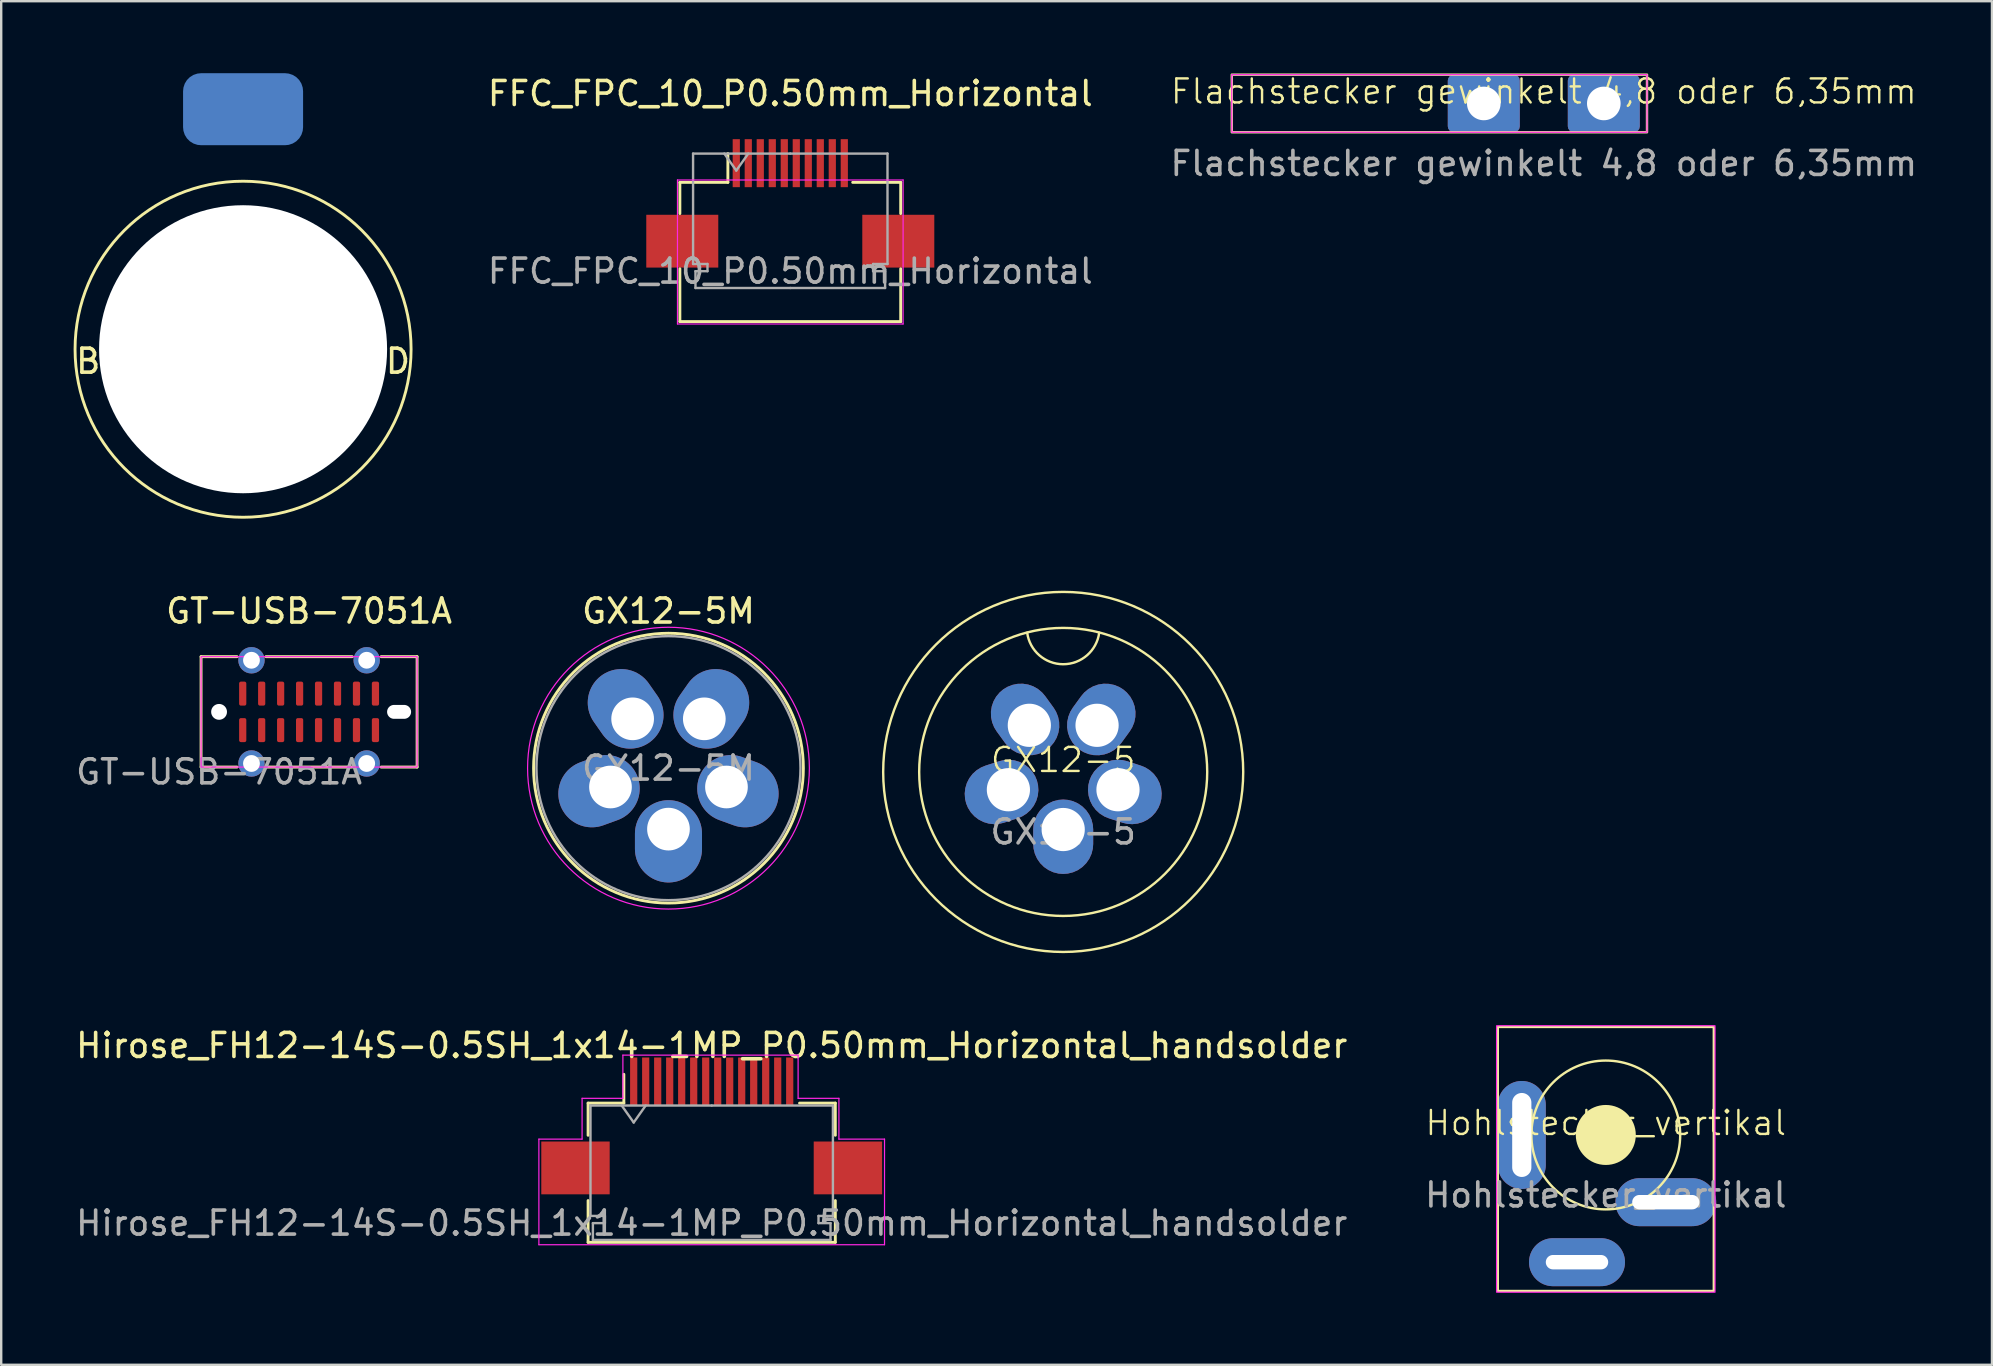
<source format=kicad_pcb>
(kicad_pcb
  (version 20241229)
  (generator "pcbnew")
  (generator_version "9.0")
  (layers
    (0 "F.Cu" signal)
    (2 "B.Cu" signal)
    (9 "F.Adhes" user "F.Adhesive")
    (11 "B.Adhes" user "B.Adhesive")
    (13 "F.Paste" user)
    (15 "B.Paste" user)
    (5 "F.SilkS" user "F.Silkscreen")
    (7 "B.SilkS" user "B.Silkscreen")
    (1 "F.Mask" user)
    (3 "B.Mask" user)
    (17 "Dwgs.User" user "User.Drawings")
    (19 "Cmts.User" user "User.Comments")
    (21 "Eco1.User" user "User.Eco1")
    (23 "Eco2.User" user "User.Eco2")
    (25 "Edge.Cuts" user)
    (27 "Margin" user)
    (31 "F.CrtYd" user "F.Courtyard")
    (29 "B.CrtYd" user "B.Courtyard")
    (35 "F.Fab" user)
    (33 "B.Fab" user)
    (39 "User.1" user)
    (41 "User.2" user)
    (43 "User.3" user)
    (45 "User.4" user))
  (footprint "FFC_FPC_10_P0.50mm_Horizontal"
    (layer "F.Cu")
    (at 29.875 4.548)
    (property "Reference" "FFC_FPC_10_P0.50mm_Horizontal" (at 0 -3.7 180) (layer "F.SilkS") (effects (font (size 1 1) (thickness 0.15))))
    (attr smd)
    (fp_line (start -4.6 0) (end -4.6 1.3) (stroke (width 0.12) (type solid)) (layer "F.SilkS"))
    (fp_line (start -4.6 3.6) (end -4.6 5.8) (stroke (width 0.12) (type solid)) (layer "F.SilkS"))
    (fp_line (start -4.6 5.8) (end 4.6 5.8) (stroke (width 0.12) (type solid)) (layer "F.SilkS"))
    (fp_line (start -2.6 0) (end -4.6 0) (stroke (width 0.12) (type solid)) (layer "F.SilkS"))
    (fp_line (start -2.6 0) (end -2.6 -1.2) (stroke (width 0.12) (type solid)) (layer "F.SilkS"))
    (fp_line (start 2.6 0) (end 4.6 0) (stroke (width 0.12) (type solid)) (layer "F.SilkS"))
    (fp_line (start 4.6 0) (end 4.6 1.3) (stroke (width 0.12) (type solid)) (layer "F.SilkS"))
    (fp_line (start 4.6 5.8) (end 4.6 3.6) (stroke (width 0.12) (type solid)) (layer "F.SilkS"))
    (fp_line (start -4.7 -0.1) (end -4.7 5.9) (stroke (width 0.05) (type solid)) (layer "F.CrtYd"))
    (fp_line (start -4.7 5.9) (end 4.7 5.9) (stroke (width 0.05) (type solid)) (layer "F.CrtYd"))
    (fp_line (start 4.7 -0.1) (end -4.7 -0.1) (stroke (width 0.05) (type solid)) (layer "F.CrtYd"))
    (fp_line (start 4.7 5.9) (end 4.7 -0.1) (stroke (width 0.05) (type solid)) (layer "F.CrtYd"))
    (fp_line (start -4.05 -1.2) (end -4.05 3.4) (stroke (width 0.1) (type solid)) (layer "F.Fab"))
    (fp_line (start -4.05 3.4) (end -3.45 3.4) (stroke (width 0.1) (type solid)) (layer "F.Fab"))
    (fp_line (start -3.95 3.7) (end -3.95 4.4) (stroke (width 0.1) (type solid)) (layer "F.Fab"))
    (fp_line (start -3.95 4.4) (end 0 4.4) (stroke (width 0.1) (type solid)) (layer "F.Fab"))
    (fp_line (start -3.45 3.4) (end -3.45 3.7) (stroke (width 0.1) (type solid)) (layer "F.Fab"))
    (fp_line (start -3.45 3.7) (end -3.95 3.7) (stroke (width 0.1) (type solid)) (layer "F.Fab"))
    (fp_line (start -2.75 -1.2) (end -2.25 -0.493) (stroke (width 0.1) (type solid)) (layer "F.Fab"))
    (fp_line (start -2.25 -0.493) (end -1.75 -1.2) (stroke (width 0.1) (type solid)) (layer "F.Fab"))
    (fp_line (start 0 -1.2) (end -4.05 -1.2) (stroke (width 0.1) (type solid)) (layer "F.Fab"))
    (fp_line (start 0 -1.2) (end 4.05 -1.2) (stroke (width 0.1) (type solid)) (layer "F.Fab"))
    (fp_line (start 3.45 3.4) (end 3.45 3.7) (stroke (width 0.1) (type solid)) (layer "F.Fab"))
    (fp_line (start 3.45 3.7) (end 3.95 3.7) (stroke (width 0.1) (type solid)) (layer "F.Fab"))
    (fp_line (start 3.95 3.7) (end 3.95 4.4) (stroke (width 0.1) (type solid)) (layer "F.Fab"))
    (fp_line (start 3.95 4.4) (end 0 4.4) (stroke (width 0.1) (type solid)) (layer "F.Fab"))
    (fp_line (start 4.05 -1.2) (end 4.05 3.4) (stroke (width 0.1) (type solid)) (layer "F.Fab"))
    (fp_line (start 4.05 3.4) (end 3.45 3.4) (stroke (width 0.1) (type solid)) (layer "F.Fab"))
    (fp_text user "${REFERENCE}" (at 0 3.7 180) (layer "F.Fab") (effects (font (size 1 1) (thickness 0.15))))
    (pad "1" smd rect (at -2.25 -0.8) (size 0.3 2) (layers "F.Cu" "F.Mask" "F.Paste"))
    (pad "2" smd rect (at -1.75 -0.8) (size 0.3 2) (layers "F.Cu" "F.Mask" "F.Paste"))
    (pad "3" smd rect (at -1.25 -0.8) (size 0.3 2) (layers "F.Cu" "F.Mask" "F.Paste"))
    (pad "4" smd rect (at -0.75 -0.8) (size 0.3 2) (layers "F.Cu" "F.Mask" "F.Paste"))
    (pad "5" smd rect (at -0.25 -0.8) (size 0.3 2) (layers "F.Cu" "F.Mask" "F.Paste"))
    (pad "6" smd rect (at 0.25 -0.8) (size 0.3 2) (layers "F.Cu" "F.Mask" "F.Paste"))
    (pad "7" smd rect (at 0.75 -0.8) (size 0.3 2) (layers "F.Cu" "F.Mask" "F.Paste"))
    (pad "8" smd rect (at 1.25 -0.8) (size 0.3 2) (layers "F.Cu" "F.Mask" "F.Paste"))
    (pad "9" smd rect (at 1.75 -0.8) (size 0.3 2) (layers "F.Cu" "F.Mask" "F.Paste"))
    (pad "10" smd rect (at 2.25 -0.8) (size 0.3 2) (layers "F.Cu" "F.Mask" "F.Paste"))
    (pad "MP" smd rect (at -4.5 2.45) (size 3 2.2) (layers "F.Cu" "F.Mask" "F.Paste"))
    (pad "MP" smd rect (at 4.5 2.45) (size 3 2.2) (layers "F.Cu" "F.Mask" "F.Paste")))
  (footprint "GX12-5"
    (layer "F.Cu")
    (at 41.245 29.11)
    (property "Reference" "GX12-5" (at 0 -0.5 0) (unlocked yes) (layer "F.SilkS") (effects (font (size 1 1) (thickness 0.1))))
    (attr through_hole)
    (fp_arc (start 1.5 -5.8) (mid 0 -4.486725) (end -1.5 -5.8) (stroke (width 0.1) (type default)) (layer "F.SilkS"))
    (fp_circle (center 0 0) (end 0 -7.5) (stroke (width 0.1) (type default)) (fill no) (layer "F.SilkS"))
    (fp_circle (center 0 0) (end 0 -6) (stroke (width 0.1) (type default)) (fill no) (layer "F.SilkS"))
    (fp_text user "${REFERENCE}" (at 0 2.5 0) (unlocked yes) (layer "F.Fab") (effects (font (size 1 1) (thickness 0.15))))
    (pad "1" thru_hole roundrect (at 1.411 -1.942 54) (size 3.1 2.5) (drill 1.8 (offset 0.3 0)) (layers "*.Cu" "*.Mask") (roundrect_rratio 0.5))
    (pad "2" thru_hole roundrect (at 2.283 0.742 342) (size 3.1 2.5) (drill 1.8 (offset 0.3 0)) (layers "*.Cu" "*.Mask") (roundrect_rratio 0.5))
    (pad "3" thru_hole roundrect (at 0 2.4 270) (size 3.1 2.5) (drill 1.8 (offset 0.3 0)) (layers "*.Cu" "*.Mask") (roundrect_rratio 0.5))
    (pad "4" thru_hole roundrect (at -2.283 0.742 198) (size 3.1 2.5) (drill 1.8 (offset 0.3 0)) (layers "*.Cu" "*.Mask") (roundrect_rratio 0.5))
    (pad "5" thru_hole roundrect (at -1.411 -1.942 126) (size 3.1 2.5) (drill 1.8 (offset 0.3 0)) (layers "*.Cu" "*.Mask") (roundrect_rratio 0.5)))
  (footprint "Banana_RECESSED"
    (layer "F.Cu")
    (at 7.077 11.5)
    (property "Reference" "Banana_RECESSED" (at 0 0.5 0) (layer "F.SilkS") (effects (font (size 1 1) (thickness 0.15))))
    (attr through_hole)
    (fp_circle (center 0 0) (end 0 -7) (stroke (width 0.12) (type solid)) (fill no) (layer "F.SilkS"))
    (pad "" np_thru_hole circle (at 0 0) (size 12 12) (drill 12) (layers "*.Cu" "*.Mask"))
    (pad "1" smd roundrect (at 0 -10) (size 5 3) (layers "B.Cu" "B.Mask" "B.Paste") (roundrect_rratio 0.25)))
  (footprint "Hirose_FH12-14S-0.5SH_1x14-1MP_P0.50mm_Horizontal_handsolder"
    (layer "F.Cu")
    (at 26.601 44.208)
    (property "Reference" "Hirose_FH12-14S-0.5SH_1x14-1MP_P0.50mm_Horizontal_handsolder" (at 0 -3.7 0) (layer "F.SilkS") (effects (font (size 1 1) (thickness 0.15))))
    (attr smd)
    (fp_line (start -5.15 -1.3) (end -5.15 0.04) (stroke (width 0.12) (type solid)) (layer "F.SilkS"))
    (fp_line (start -5.15 2.76) (end -5.15 4.5) (stroke (width 0.12) (type solid)) (layer "F.SilkS"))
    (fp_line (start -5.15 4.5) (end 5.15 4.5) (stroke (width 0.12) (type solid)) (layer "F.SilkS"))
    (fp_line (start -3.66 -1.3) (end -5.15 -1.3) (stroke (width 0.12) (type solid)) (layer "F.SilkS"))
    (fp_line (start -3.66 -1.3) (end -3.66 -2.5) (stroke (width 0.12) (type solid)) (layer "F.SilkS"))
    (fp_line (start 3.66 -1.3) (end 5.15 -1.3) (stroke (width 0.12) (type solid)) (layer "F.SilkS"))
    (fp_line (start 5.15 -1.3) (end 5.15 0.04) (stroke (width 0.12) (type solid)) (layer "F.SilkS"))
    (fp_line (start 5.15 4.5) (end 5.15 2.76) (stroke (width 0.12) (type solid)) (layer "F.SilkS"))
    (fp_line (start -7.2 0.2) (end -7.2 4.6) (stroke (width 0.05) (type default)) (layer "F.CrtYd"))
    (fp_line (start -5.4 -1.5) (end -5.4 0.2) (stroke (width 0.05) (type default)) (layer "F.CrtYd"))
    (fp_line (start -5.4 0.2) (end -7.2 0.2) (stroke (width 0.05) (type default)) (layer "F.CrtYd"))
    (fp_line (start -3.7 -3.3) (end -3.7 -1.5) (stroke (width 0.05) (type default)) (layer "F.CrtYd"))
    (fp_line (start -3.7 -3.3) (end 3.6 -3.3) (stroke (width 0.05) (type default)) (layer "F.CrtYd"))
    (fp_line (start -3.7 -1.5) (end -5.4 -1.5) (stroke (width 0.05) (type default)) (layer "F.CrtYd"))
    (fp_line (start 3.6 -3.3) (end 3.6 -1.5) (stroke (width 0.05) (type default)) (layer "F.CrtYd"))
    (fp_line (start 5.3 -1.5) (end 3.6 -1.5) (stroke (width 0.05) (type default)) (layer "F.CrtYd"))
    (fp_line (start 5.3 -1.5) (end 5.3 0.2) (stroke (width 0.05) (type default)) (layer "F.CrtYd"))
    (fp_line (start 5.3 0.2) (end 7.2 0.2) (stroke (width 0.05) (type default)) (layer "F.CrtYd"))
    (fp_line (start 7.2 0.2) (end 7.2 4.6) (stroke (width 0.05) (type default)) (layer "F.CrtYd"))
    (fp_line (start 7.2 4.6) (end -7.2 4.6) (stroke (width 0.05) (type default)) (layer "F.CrtYd"))
    (fp_line (start -5.05 -1.2) (end -5.05 3.4) (stroke (width 0.1) (type solid)) (layer "F.Fab"))
    (fp_line (start -5.05 3.4) (end -4.45 3.4) (stroke (width 0.1) (type solid)) (layer "F.Fab"))
    (fp_line (start -4.95 3.7) (end -4.95 4.4) (stroke (width 0.1) (type solid)) (layer "F.Fab"))
    (fp_line (start -4.95 4.4) (end 0 4.4) (stroke (width 0.1) (type solid)) (layer "F.Fab"))
    (fp_line (start -4.45 3.4) (end -4.45 3.7) (stroke (width 0.1) (type solid)) (layer "F.Fab"))
    (fp_line (start -4.45 3.7) (end -4.95 3.7) (stroke (width 0.1) (type solid)) (layer "F.Fab"))
    (fp_line (start -3.75 -1.2) (end -3.25 -0.493) (stroke (width 0.1) (type solid)) (layer "F.Fab"))
    (fp_line (start -3.25 -0.493) (end -2.75 -1.2) (stroke (width 0.1) (type solid)) (layer "F.Fab"))
    (fp_line (start 0 -1.2) (end -5.05 -1.2) (stroke (width 0.1) (type solid)) (layer "F.Fab"))
    (fp_line (start 0 -1.2) (end 5.05 -1.2) (stroke (width 0.1) (type solid)) (layer "F.Fab"))
    (fp_line (start 4.45 3.4) (end 4.45 3.7) (stroke (width 0.1) (type solid)) (layer "F.Fab"))
    (fp_line (start 4.45 3.7) (end 4.95 3.7) (stroke (width 0.1) (type solid)) (layer "F.Fab"))
    (fp_line (start 4.95 3.7) (end 4.95 4.4) (stroke (width 0.1) (type solid)) (layer "F.Fab"))
    (fp_line (start 4.95 4.4) (end 0 4.4) (stroke (width 0.1) (type solid)) (layer "F.Fab"))
    (fp_line (start 5.05 -1.2) (end 5.05 3.4) (stroke (width 0.1) (type solid)) (layer "F.Fab"))
    (fp_line (start 5.05 3.4) (end 4.45 3.4) (stroke (width 0.1) (type solid)) (layer "F.Fab"))
    (fp_text user "${REFERENCE}" (at 0 3.7 0) (layer "F.Fab") (effects (font (size 1 1) (thickness 0.15))))
    (pad "1" smd rect (at -3.25 -2.2) (size 0.3 2) (layers "F.Cu" "F.Mask" "F.Paste"))
    (pad "2" smd rect (at -2.75 -2.2) (size 0.3 2) (layers "F.Cu" "F.Mask" "F.Paste"))
    (pad "3" smd rect (at -2.25 -2.2) (size 0.3 2) (layers "F.Cu" "F.Mask" "F.Paste"))
    (pad "4" smd rect (at -1.75 -2.2) (size 0.3 2) (layers "F.Cu" "F.Mask" "F.Paste"))
    (pad "5" smd rect (at -1.25 -2.2) (size 0.3 2) (layers "F.Cu" "F.Mask" "F.Paste"))
    (pad "6" smd rect (at -0.75 -2.2) (size 0.3 2) (layers "F.Cu" "F.Mask" "F.Paste"))
    (pad "7" smd rect (at -0.25 -2.2) (size 0.3 2) (layers "F.Cu" "F.Mask" "F.Paste"))
    (pad "8" smd rect (at 0.25 -2.2) (size 0.3 2) (layers "F.Cu" "F.Mask" "F.Paste"))
    (pad "9" smd rect (at 0.75 -2.2) (size 0.3 2) (layers "F.Cu" "F.Mask" "F.Paste"))
    (pad "10" smd rect (at 1.25 -2.2) (size 0.3 2) (layers "F.Cu" "F.Mask" "F.Paste"))
    (pad "11" smd rect (at 1.75 -2.2) (size 0.3 2) (layers "F.Cu" "F.Mask" "F.Paste"))
    (pad "12" smd rect (at 2.25 -2.2) (size 0.3 2) (layers "F.Cu" "F.Mask" "F.Paste"))
    (pad "13" smd rect (at 2.75 -2.2) (size 0.3 2) (layers "F.Cu" "F.Mask" "F.Paste"))
    (pad "14" smd rect (at 3.25 -2.2) (size 0.3 2) (layers "F.Cu" "F.Mask" "F.Paste"))
    (pad "MP" smd rect (at -5.675 1.4) (size 2.85 2.2) (layers "F.Cu" "F.Mask" "F.Paste"))
    (pad "MP" smd rect (at 5.675 1.4) (size 2.85 2.2) (layers "F.Cu" "F.Mask" "F.Paste")))
  (footprint "Hohlstecker_vertikal"
    (layer "F.Cu")
    (at 63.851 44.235)
    (property "Reference" "Hohlstecker_vertikal" (at 0 -0.5 0) (unlocked yes) (layer "F.SilkS") (effects (font (size 1 1) (thickness 0.1))))
    (attr through_hole)
    (fp_rect (start -4.5 -4.5) (end 4.5 6.5) (stroke (width 0.1) (type default)) (fill no) (layer "F.SilkS"))
    (fp_circle (center 0 0) (end 0 -3.1) (stroke (width 0.1) (type default)) (fill no) (layer "F.SilkS"))
    (fp_circle (center 0 0) (end 0 -1.2) (stroke (width 0.1) (type solid)) (fill yes) (layer "F.SilkS"))
    (fp_rect (start -4.55 -4.55) (end 4.55 6.55) (stroke (width 0.05) (type default)) (fill no) (layer "F.CrtYd"))
    (fp_text user "${REFERENCE}" (at 0 2.5 0) (unlocked yes) (layer "F.Fab") (effects (font (size 1 1) (thickness 0.15))))
    (pad "1" thru_hole oval (at -3.5 0) (size 2 4.5) (drill oval 0.8 3.5) (layers "*.Cu" "*.Mask"))
    (pad "2" thru_hole oval (at -1.2 5.3 90) (size 2 4) (drill oval 0.6 2.6) (layers "*.Cu" "*.Mask"))
    (pad "3" thru_hole oval (at 2.5 2.8 90) (size 2 4.2) (drill oval 0.6 2.8) (layers "*.Cu" "*.Mask")))
  (footprint "GT-USB-7051A"
    (layer "F.Cu")
    (at 9.827 26.608)
    (property "Reference" "GT-USB-7051A" (at 0 -4.2 0) (unlocked yes) (layer "F.SilkS") (effects (font (size 1 1) (thickness 0.15))))
    (attr smd)
    (fp_line (start -4.5 -2.3) (end -4.5 2.3) (stroke (width 0.12) (type solid)) (layer "F.SilkS"))
    (fp_line (start -4.5 2.3) (end -3 2.3) (stroke (width 0.12) (type solid)) (layer "F.SilkS"))
    (fp_line (start -3 -2.3) (end -4.5 -2.3) (stroke (width 0.12) (type solid)) (layer "F.SilkS"))
    (fp_line (start -1.8 -2.3) (end 1.8 -2.3) (stroke (width 0.12) (type solid)) (layer "F.SilkS"))
    (fp_line (start -1.8 2.3) (end 1.8 2.3) (stroke (width 0.12) (type solid)) (layer "F.SilkS"))
    (fp_line (start 3 2.3) (end 4.5 2.3) (stroke (width 0.12) (type solid)) (layer "F.SilkS"))
    (fp_line (start 4.5 -2.3) (end 3 -2.3) (stroke (width 0.12) (type solid)) (layer "F.SilkS"))
    (fp_line (start 4.5 2.3) (end 4.5 -2.3) (stroke (width 0.12) (type solid)) (layer "F.SilkS"))
    (fp_rect (start -4.5 -2.3) (end 4.5 2.3) (stroke (width 0.05) (type solid)) (fill no) (layer "F.CrtYd"))
    (fp_text user "${REFERENCE}" (at -3.75 2.5 0) (unlocked yes) (layer "F.Fab") (effects (font (size 1 1) (thickness 0.15))))
    (pad "" np_thru_hole circle (at -3.75 0) (size 0.66 0.66) (drill 0.66) (layers "*.Cu" "*.Mask"))
    (pad "" np_thru_hole oval (at 3.75 0) (size 1 0.58) (drill oval 1 0.58) (layers "*.Cu" "*.Mask"))
    (pad "A1" smd roundrect (at -2.765 -0.76) (size 0.3 1) (layers "F.Cu" "F.Mask" "F.Paste") (roundrect_rratio 0.25))
    (pad "A4" smd roundrect (at -1.975 -0.76) (size 0.3 1) (layers "F.Cu" "F.Mask" "F.Paste") (roundrect_rratio 0.25))
    (pad "A5" smd roundrect (at -1.185 -0.76) (size 0.3 1) (layers "F.Cu" "F.Mask" "F.Paste") (roundrect_rratio 0.25))
    (pad "A6" smd roundrect (at -0.395 -0.76) (size 0.3 1) (layers "F.Cu" "F.Mask" "F.Paste") (roundrect_rratio 0.25))
    (pad "A7" smd roundrect (at 0.395 -0.76) (size 0.3 1) (layers "F.Cu" "F.Mask" "F.Paste") (roundrect_rratio 0.25))
    (pad "A8" smd roundrect (at 1.185 -0.76) (size 0.3 1) (layers "F.Cu" "F.Mask" "F.Paste") (roundrect_rratio 0.25))
    (pad "A9" smd roundrect (at 1.975 -0.76) (size 0.3 1) (layers "F.Cu" "F.Mask" "F.Paste") (roundrect_rratio 0.25))
    (pad "A12" smd roundrect (at 2.765 -0.76) (size 0.3 1) (layers "F.Cu" "F.Mask" "F.Paste") (roundrect_rratio 0.25))
    (pad "B1" smd roundrect (at 2.765 0.76) (size 0.3 1) (layers "F.Cu" "F.Mask" "F.Paste") (roundrect_rratio 0.25))
    (pad "B4" smd roundrect (at 1.975 0.76) (size 0.3 1) (layers "F.Cu" "F.Mask" "F.Paste") (roundrect_rratio 0.25))
    (pad "B5" smd roundrect (at 1.185 0.76) (size 0.3 1) (layers "F.Cu" "F.Mask" "F.Paste") (roundrect_rratio 0.25))
    (pad "B6" smd roundrect (at 0.395 0.76) (size 0.3 1) (layers "F.Cu" "F.Mask" "F.Paste") (roundrect_rratio 0.25))
    (pad "B7" smd roundrect (at -0.395 0.76) (size 0.3 1) (layers "F.Cu" "F.Mask" "F.Paste") (roundrect_rratio 0.25))
    (pad "B8" smd roundrect (at -1.185 0.76) (size 0.3 1) (layers "F.Cu" "F.Mask" "F.Paste") (roundrect_rratio 0.25))
    (pad "B9" smd roundrect (at -1.975 0.76) (size 0.3 1) (layers "F.Cu" "F.Mask" "F.Paste") (roundrect_rratio 0.25))
    (pad "B12" smd roundrect (at -2.765 0.76) (size 0.3 1) (layers "F.Cu" "F.Mask" "F.Paste") (roundrect_rratio 0.25))
    (pad "S1" thru_hole circle (at -2.4 -2.15) (size 1.1 1.1) (drill 0.7) (layers "*.Cu" "*.Mask"))
    (pad "S1" thru_hole circle (at -2.4 2.15) (size 1.1 1.1) (drill 0.7) (layers "*.Cu" "*.Mask"))
    (pad "S1" thru_hole circle (at 2.4 -2.15) (size 1.1 1.1) (drill 0.7) (layers "*.Cu" "*.Mask"))
    (pad "S1" thru_hole circle (at 2.4 2.15) (size 1.1 1.1) (drill 0.7) (layers "*.Cu" "*.Mask")))
  (footprint "Flachstecker gewinkelt 4,8 oder 6,35mm"
    (layer "F.Cu")
    (at 61.268 1.26)
    (property "Reference" "Flachstecker gewinkelt 4,8 oder 6,35mm" (at 0 -0.5 0) (unlocked yes) (layer "F.SilkS") (effects (font (size 1 1) (thickness 0.1))))
    (attr through_hole)
    (fp_rect (start -13 -1.2) (end 4.3 1.2) (stroke (width 0.1) (type default)) (fill no) (layer "F.SilkS"))
    (fp_rect (start -13 -1.2) (end 4.3 1.2) (stroke (width 0.05) (type default)) (fill no) (layer "F.CrtYd"))
    (fp_text user "${REFERENCE}" (at 0 2.5 0) (unlocked yes) (layer "F.Fab") (effects (font (size 1 1) (thickness 0.15))))
    (pad "1" thru_hole roundrect (at -2.5 0) (size 3 2.4) (drill 1.4) (layers "*.Cu" "*.Mask") (roundrect_rratio 0.104))
    (pad "1" thru_hole roundrect (at 2.5 0) (size 3 2.4) (drill 1.4) (layers "*.Cu" "*.Mask") (roundrect_rratio 0.104)))
  (footprint "GX12-5M"
    (layer "F.Cu")
    (at 24.8 28.953)
    (property "Reference" "GX12-5M" (at 0 -6.545 0) (unlocked yes) (layer "F.SilkS") (effects (font (size 1 1) (thickness 0.15))))
    (fp_circle (center 0 0) (end 0 -5.62) (stroke (width 0.12) (type default)) (fill no) (layer "F.SilkS"))
    (fp_circle (center 0 0) (end 0 -5.87) (stroke (width 0.05) (type default)) (fill no) (layer "F.CrtYd"))
    (fp_circle (center 0 0) (end 0 -5.5) (stroke (width 0.1) (type default)) (fill no) (layer "F.Fab"))
    (fp_text user "${REFERENCE}" (at 0 0 180) (layer "F.Fab") (effects (font (size 1 1) (thickness 0.15))))
    (pad "1" thru_hole oval (at 1.493 -2.055 145) (size 2.794 3.429) (drill 1.778 (offset 0 0.508)) (layers "*.Cu" "*.Mask"))
    (pad "2" thru_hole oval (at 2.416 0.785 70) (size 2.794 3.429) (drill 1.778 (offset 0 0.508)) (layers "*.Cu" "*.Mask"))
    (pad "3" thru_hole oval (at 0 2.54) (size 2.794 3.429) (drill 1.778 (offset 0 0.508)) (layers "*.Cu" "*.Mask"))
    (pad "4" thru_hole oval (at -2.416 0.785 290) (size 2.794 3.429) (drill 1.778 (offset 0 0.508)) (layers "*.Cu" "*.Mask"))
    (pad "5" thru_hole oval (at -1.493 -2.055 215) (size 2.794 3.429) (drill 1.778 (offset 0 0.508)) (layers "*.Cu" "*.Mask")))
  (gr_rect
    (start -3 -3)
    (end 79.94 53.81)
    (stroke (width 0.1) (type default))
    (fill no)
    (layer "Edge.Cuts")))
</source>
